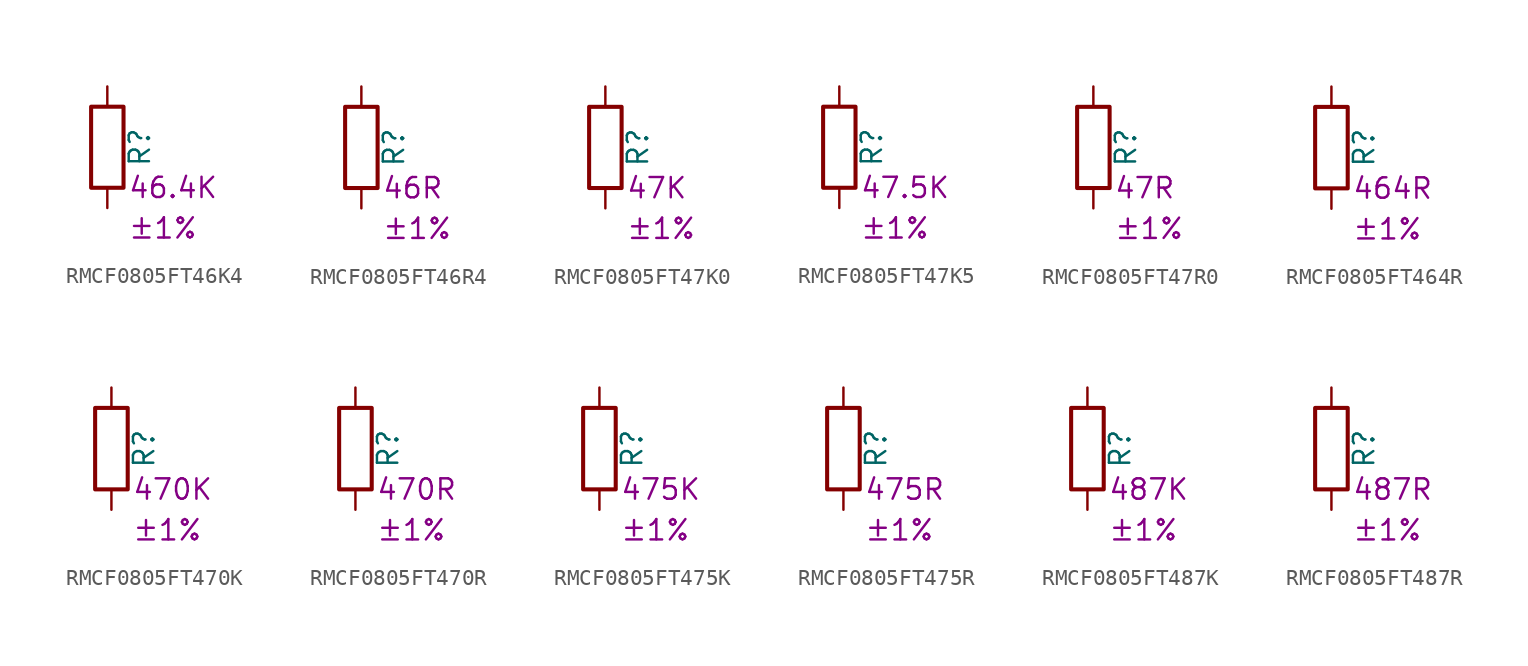
<source format=kicad_sym>
(kicad_symbol_lib
  (version 20220914)
  (generator kicad_symbol_editor)
  (symbol "RMCF0805FT46K4"
    (pin_numbers hide)
    (pin_names
      (offset 0))
    (property "Reference" "R"
      (at 2.032 0 90)
      (effects (font (size 1.27 1.27))))
    (property "Resistance" "46.4K"
      (at 1.27 -2.54 0)
      (effects (font (size 1.27 1.27)) (justify left)))
    (property "Tolerance" "±1%"
      (at 1.27 -5.08 0)
      (effects (font (size 1.27 1.27)) (justify left)))
    (symbol "RMCF0805FT46K4_0_1"
      (rectangle (start -1.016 -2.54) (end 1.016 2.54) (stroke (width 0.254) (type default)) (fill (type none))))
    (symbol "RMCF0805FT46K4_1_1"
      (pin passive line (at 0 3.81 270) (length 1.27) (name "~" (effects (font (size 1.27 1.27)))) (number "1" (effects (font (size 1.27 1.27)))))
      (pin passive line (at 0 -3.81 90) (length 1.27) (name "~" (effects (font (size 1.27 1.27)))) (number "2" (effects (font (size 1.27 1.27)))))))
  (symbol "RMCF0805FT46R4"
    (pin_numbers hide)
    (pin_names
      (offset 0))
    (property "Reference" "R"
      (at 2.032 0 90)
      (effects (font (size 1.27 1.27))))
    (property "Resistance" "46R"
      (at 1.27 -2.54 0)
      (effects (font (size 1.27 1.27)) (justify left)))
    (property "Tolerance" "±1%"
      (at 1.27 -5.08 0)
      (effects (font (size 1.27 1.27)) (justify left)))
    (symbol "RMCF0805FT46R4_0_1"
      (rectangle (start -1.016 -2.54) (end 1.016 2.54) (stroke (width 0.254) (type default)) (fill (type none))))
    (symbol "RMCF0805FT46R4_1_1"
      (pin passive line (at 0 3.81 270) (length 1.27) (name "~" (effects (font (size 1.27 1.27)))) (number "1" (effects (font (size 1.27 1.27)))))
      (pin passive line (at 0 -3.81 90) (length 1.27) (name "~" (effects (font (size 1.27 1.27)))) (number "2" (effects (font (size 1.27 1.27)))))))
  (symbol "RMCF0805FT47K0"
    (pin_numbers hide)
    (pin_names
      (offset 0))
    (property "Reference" "R"
      (at 2.032 0 90)
      (effects (font (size 1.27 1.27))))
    (property "Resistance" "47K"
      (at 1.27 -2.54 0)
      (effects (font (size 1.27 1.27)) (justify left)))
    (property "Tolerance" "±1%"
      (at 1.27 -5.08 0)
      (effects (font (size 1.27 1.27)) (justify left)))
    (symbol "RMCF0805FT47K0_0_1"
      (rectangle (start -1.016 -2.54) (end 1.016 2.54) (stroke (width 0.254) (type default)) (fill (type none))))
    (symbol "RMCF0805FT47K0_1_1"
      (pin passive line (at 0 3.81 270) (length 1.27) (name "~" (effects (font (size 1.27 1.27)))) (number "1" (effects (font (size 1.27 1.27)))))
      (pin passive line (at 0 -3.81 90) (length 1.27) (name "~" (effects (font (size 1.27 1.27)))) (number "2" (effects (font (size 1.27 1.27)))))))
  (symbol "RMCF0805FT47K5"
    (pin_numbers hide)
    (pin_names
      (offset 0))
    (property "Reference" "R"
      (at 2.032 0 90)
      (effects (font (size 1.27 1.27))))
    (property "Resistance" "47.5K"
      (at 1.27 -2.54 0)
      (effects (font (size 1.27 1.27)) (justify left)))
    (property "Tolerance" "±1%"
      (at 1.27 -5.08 0)
      (effects (font (size 1.27 1.27)) (justify left)))
    (symbol "RMCF0805FT47K5_0_1"
      (rectangle (start -1.016 -2.54) (end 1.016 2.54) (stroke (width 0.254) (type default)) (fill (type none))))
    (symbol "RMCF0805FT47K5_1_1"
      (pin passive line (at 0 3.81 270) (length 1.27) (name "~" (effects (font (size 1.27 1.27)))) (number "1" (effects (font (size 1.27 1.27)))))
      (pin passive line (at 0 -3.81 90) (length 1.27) (name "~" (effects (font (size 1.27 1.27)))) (number "2" (effects (font (size 1.27 1.27)))))))
  (symbol "RMCF0805FT47R0"
    (pin_numbers hide)
    (pin_names
      (offset 0))
    (property "Reference" "R"
      (at 2.032 0 90)
      (effects (font (size 1.27 1.27))))
    (property "Resistance" "47R"
      (at 1.27 -2.54 0)
      (effects (font (size 1.27 1.27)) (justify left)))
    (property "Tolerance" "±1%"
      (at 1.27 -5.08 0)
      (effects (font (size 1.27 1.27)) (justify left)))
    (symbol "RMCF0805FT47R0_0_1"
      (rectangle (start -1.016 -2.54) (end 1.016 2.54) (stroke (width 0.254) (type default)) (fill (type none))))
    (symbol "RMCF0805FT47R0_1_1"
      (pin passive line (at 0 3.81 270) (length 1.27) (name "~" (effects (font (size 1.27 1.27)))) (number "1" (effects (font (size 1.27 1.27)))))
      (pin passive line (at 0 -3.81 90) (length 1.27) (name "~" (effects (font (size 1.27 1.27)))) (number "2" (effects (font (size 1.27 1.27)))))))
  (symbol "RMCF0805FT464R"
    (pin_numbers hide)
    (pin_names
      (offset 0))
    (property "Reference" "R"
      (at 2.032 0 90)
      (effects (font (size 1.27 1.27))))
    (property "Resistance" "464R"
      (at 1.27 -2.54 0)
      (effects (font (size 1.27 1.27)) (justify left)))
    (property "Tolerance" "±1%"
      (at 1.27 -5.08 0)
      (effects (font (size 1.27 1.27)) (justify left)))
    (symbol "RMCF0805FT464R_0_1"
      (rectangle (start -1.016 -2.54) (end 1.016 2.54) (stroke (width 0.254) (type default)) (fill (type none))))
    (symbol "RMCF0805FT464R_1_1"
      (pin passive line (at 0 3.81 270) (length 1.27) (name "~" (effects (font (size 1.27 1.27)))) (number "1" (effects (font (size 1.27 1.27)))))
      (pin passive line (at 0 -3.81 90) (length 1.27) (name "~" (effects (font (size 1.27 1.27)))) (number "2" (effects (font (size 1.27 1.27)))))))
  (symbol "RMCF0805FT470K"
    (pin_numbers hide)
    (pin_names
      (offset 0))
    (property "Reference" "R"
      (at 2.032 0 90)
      (effects (font (size 1.27 1.27))))
    (property "Resistance" "470K"
      (at 1.27 -2.54 0)
      (effects (font (size 1.27 1.27)) (justify left)))
    (property "Tolerance" "±1%"
      (at 1.27 -5.08 0)
      (effects (font (size 1.27 1.27)) (justify left)))
    (symbol "RMCF0805FT470K_0_1"
      (rectangle (start -1.016 -2.54) (end 1.016 2.54) (stroke (width 0.254) (type default)) (fill (type none))))
    (symbol "RMCF0805FT470K_1_1"
      (pin passive line (at 0 3.81 270) (length 1.27) (name "~" (effects (font (size 1.27 1.27)))) (number "1" (effects (font (size 1.27 1.27)))))
      (pin passive line (at 0 -3.81 90) (length 1.27) (name "~" (effects (font (size 1.27 1.27)))) (number "2" (effects (font (size 1.27 1.27)))))))
  (symbol "RMCF0805FT470R"
    (pin_numbers hide)
    (pin_names
      (offset 0))
    (property "Reference" "R"
      (at 2.032 0 90)
      (effects (font (size 1.27 1.27))))
    (property "Resistance" "470R"
      (at 1.27 -2.54 0)
      (effects (font (size 1.27 1.27)) (justify left)))
    (property "Tolerance" "±1%"
      (at 1.27 -5.08 0)
      (effects (font (size 1.27 1.27)) (justify left)))
    (symbol "RMCF0805FT470R_0_1"
      (rectangle (start -1.016 -2.54) (end 1.016 2.54) (stroke (width 0.254) (type default)) (fill (type none))))
    (symbol "RMCF0805FT470R_1_1"
      (pin passive line (at 0 3.81 270) (length 1.27) (name "~" (effects (font (size 1.27 1.27)))) (number "1" (effects (font (size 1.27 1.27)))))
      (pin passive line (at 0 -3.81 90) (length 1.27) (name "~" (effects (font (size 1.27 1.27)))) (number "2" (effects (font (size 1.27 1.27)))))))
  (symbol "RMCF0805FT475K"
    (pin_numbers hide)
    (pin_names
      (offset 0))
    (property "Reference" "R"
      (at 2.032 0 90)
      (effects (font (size 1.27 1.27))))
    (property "Resistance" "475K"
      (at 1.27 -2.54 0)
      (effects (font (size 1.27 1.27)) (justify left)))
    (property "Tolerance" "±1%"
      (at 1.27 -5.08 0)
      (effects (font (size 1.27 1.27)) (justify left)))
    (symbol "RMCF0805FT475K_0_1"
      (rectangle (start -1.016 -2.54) (end 1.016 2.54) (stroke (width 0.254) (type default)) (fill (type none))))
    (symbol "RMCF0805FT475K_1_1"
      (pin passive line (at 0 3.81 270) (length 1.27) (name "~" (effects (font (size 1.27 1.27)))) (number "1" (effects (font (size 1.27 1.27)))))
      (pin passive line (at 0 -3.81 90) (length 1.27) (name "~" (effects (font (size 1.27 1.27)))) (number "2" (effects (font (size 1.27 1.27)))))))
  (symbol "RMCF0805FT475R"
    (pin_numbers hide)
    (pin_names
      (offset 0))
    (property "Reference" "R"
      (at 2.032 0 90)
      (effects (font (size 1.27 1.27))))
    (property "Resistance" "475R"
      (at 1.27 -2.54 0)
      (effects (font (size 1.27 1.27)) (justify left)))
    (property "Tolerance" "±1%"
      (at 1.27 -5.08 0)
      (effects (font (size 1.27 1.27)) (justify left)))
    (symbol "RMCF0805FT475R_0_1"
      (rectangle (start -1.016 -2.54) (end 1.016 2.54) (stroke (width 0.254) (type default)) (fill (type none))))
    (symbol "RMCF0805FT475R_1_1"
      (pin passive line (at 0 3.81 270) (length 1.27) (name "~" (effects (font (size 1.27 1.27)))) (number "1" (effects (font (size 1.27 1.27)))))
      (pin passive line (at 0 -3.81 90) (length 1.27) (name "~" (effects (font (size 1.27 1.27)))) (number "2" (effects (font (size 1.27 1.27)))))))
  (symbol "RMCF0805FT487K"
    (pin_numbers hide)
    (pin_names
      (offset 0))
    (property "Reference" "R"
      (at 2.032 0 90)
      (effects (font (size 1.27 1.27))))
    (property "Resistance" "487K"
      (at 1.27 -2.54 0)
      (effects (font (size 1.27 1.27)) (justify left)))
    (property "Tolerance" "±1%"
      (at 1.27 -5.08 0)
      (effects (font (size 1.27 1.27)) (justify left)))
    (symbol "RMCF0805FT487K_0_1"
      (rectangle (start -1.016 -2.54) (end 1.016 2.54) (stroke (width 0.254) (type default)) (fill (type none))))
    (symbol "RMCF0805FT487K_1_1"
      (pin passive line (at 0 3.81 270) (length 1.27) (name "~" (effects (font (size 1.27 1.27)))) (number "1" (effects (font (size 1.27 1.27)))))
      (pin passive line (at 0 -3.81 90) (length 1.27) (name "~" (effects (font (size 1.27 1.27)))) (number "2" (effects (font (size 1.27 1.27)))))))
  (symbol "RMCF0805FT487R"
    (pin_numbers hide)
    (pin_names
      (offset 0))
    (property "Reference" "R"
      (at 2.032 0 90)
      (effects (font (size 1.27 1.27))))
    (property "Resistance" "487R"
      (at 1.27 -2.54 0)
      (effects (font (size 1.27 1.27)) (justify left)))
    (property "Tolerance" "±1%"
      (at 1.27 -5.08 0)
      (effects (font (size 1.27 1.27)) (justify left)))
    (symbol "RMCF0805FT487R_0_1"
      (rectangle (start -1.016 -2.54) (end 1.016 2.54) (stroke (width 0.254) (type default)) (fill (type none))))
    (symbol "RMCF0805FT487R_1_1"
      (pin passive line (at 0 3.81 270) (length 1.27) (name "~" (effects (font (size 1.27 1.27)))) (number "1" (effects (font (size 1.27 1.27)))))
      (pin passive line (at 0 -3.81 90) (length 1.27) (name "~" (effects (font (size 1.27 1.27)))) (number "2" (effects (font (size 1.27 1.27))))))))
</source>
